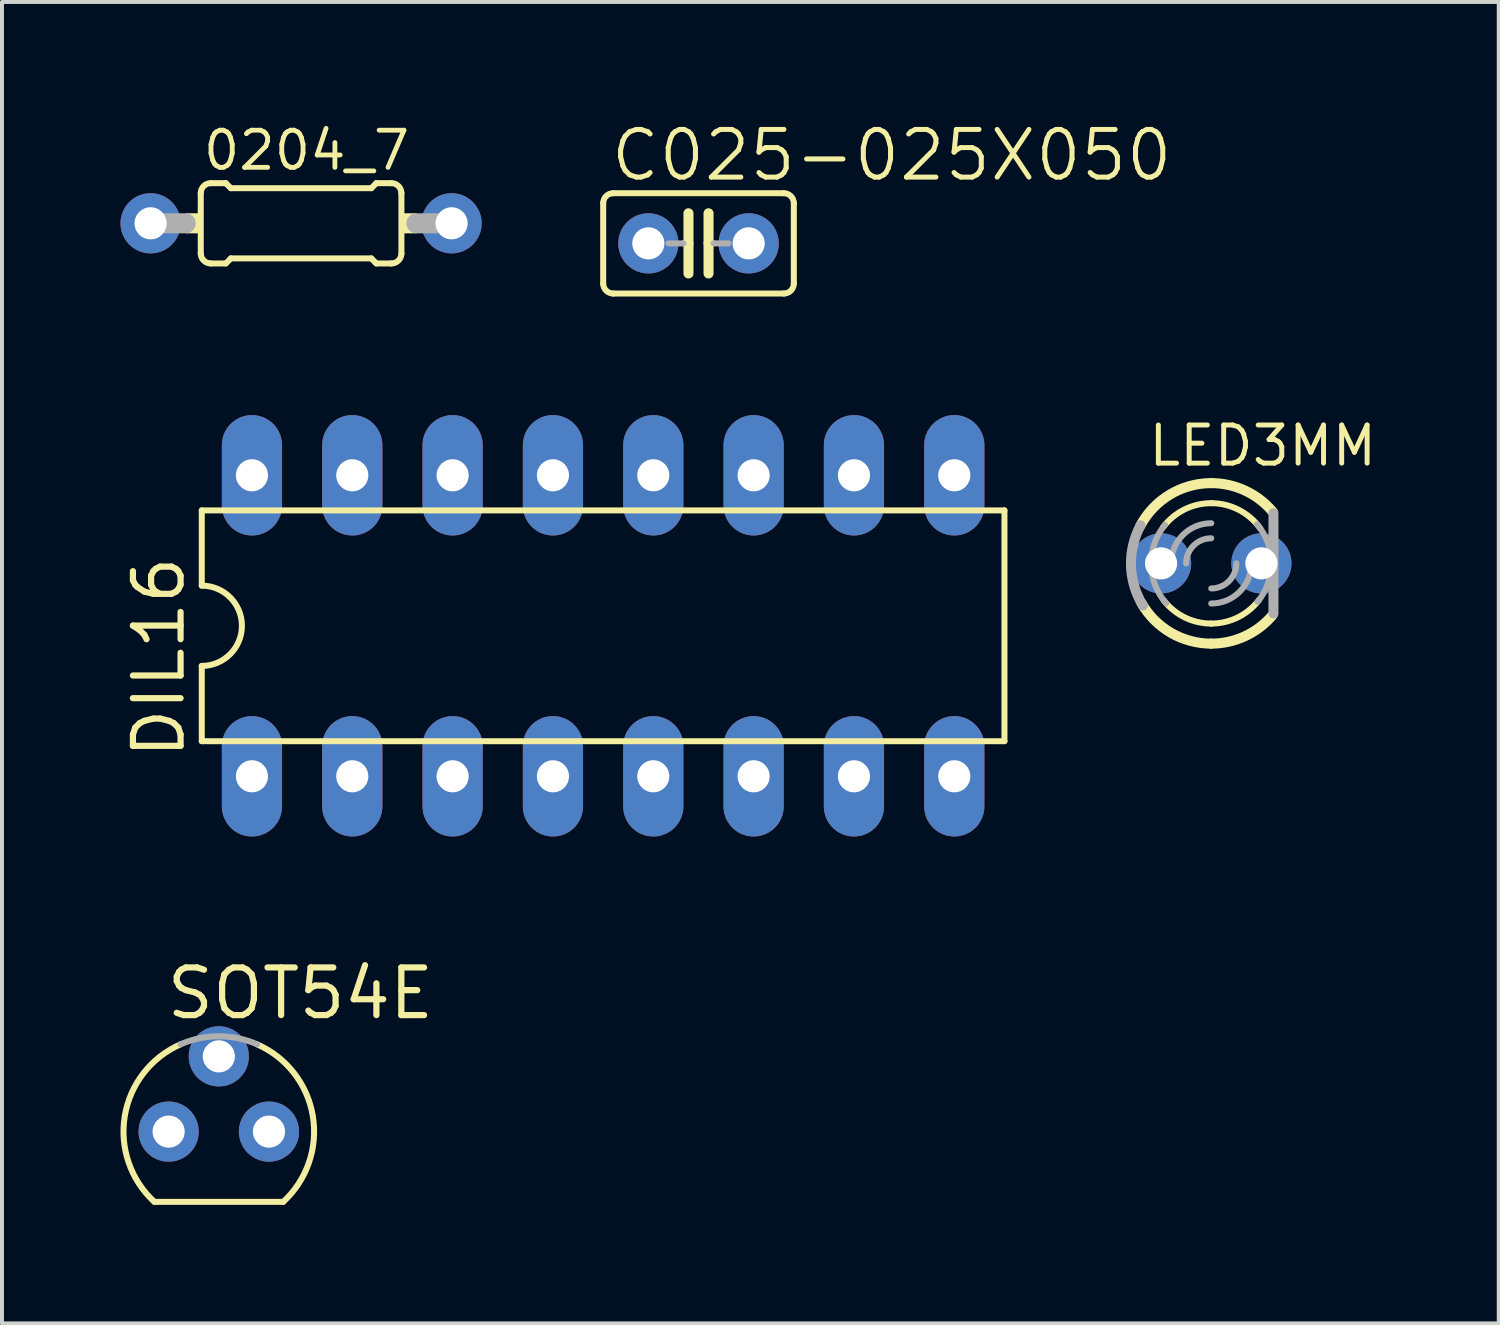
<source format=kicad_pcb>
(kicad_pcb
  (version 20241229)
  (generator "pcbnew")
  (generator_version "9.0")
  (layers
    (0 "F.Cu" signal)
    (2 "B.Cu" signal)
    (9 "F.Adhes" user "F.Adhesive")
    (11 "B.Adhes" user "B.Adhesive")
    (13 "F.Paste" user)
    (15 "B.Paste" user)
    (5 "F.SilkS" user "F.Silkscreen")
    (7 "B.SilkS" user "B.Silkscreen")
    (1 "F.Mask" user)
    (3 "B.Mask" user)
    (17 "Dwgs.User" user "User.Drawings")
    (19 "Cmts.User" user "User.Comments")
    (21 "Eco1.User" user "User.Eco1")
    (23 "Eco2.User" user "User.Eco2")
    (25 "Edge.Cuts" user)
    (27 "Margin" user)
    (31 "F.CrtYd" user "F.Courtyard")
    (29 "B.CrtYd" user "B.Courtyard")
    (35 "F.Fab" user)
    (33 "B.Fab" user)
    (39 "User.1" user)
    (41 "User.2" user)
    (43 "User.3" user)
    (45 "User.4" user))
  (footprint "C025-025X050"
    (layer "F.Cu")
    (at 14.633 3.111)
    (property "Reference" "C025-025X050" (at -2.286 -1.524 0) (layer "F.SilkS") (effects (font (size 1.206 1.206) (thickness 0.127)) (justify left bottom)))
    (attr through_hole)
    (fp_line (start -2.413 -1.016) (end -2.413 1.016) (stroke (width 0.152) (type solid)) (layer "F.SilkS"))
    (fp_line (start -2.159 -1.27) (end 2.159 -1.27) (stroke (width 0.152) (type solid)) (layer "F.SilkS"))
    (fp_line (start -0.254 -0.762) (end -0.254 0) (stroke (width 0.254) (type solid)) (layer "F.SilkS"))
    (fp_line (start -0.254 0) (end -0.381 0) (stroke (width 0.152) (type solid)) (layer "F.SilkS"))
    (fp_line (start -0.254 0) (end -0.254 0.762) (stroke (width 0.254) (type solid)) (layer "F.SilkS"))
    (fp_line (start 0.254 0) (end 0.254 -0.762) (stroke (width 0.254) (type solid)) (layer "F.SilkS"))
    (fp_line (start 0.254 0) (end 0.254 0.762) (stroke (width 0.254) (type solid)) (layer "F.SilkS"))
    (fp_line (start 0.381 0) (end 0.254 0) (stroke (width 0.152) (type solid)) (layer "F.SilkS"))
    (fp_line (start 2.159 1.27) (end -2.159 1.27) (stroke (width 0.152) (type solid)) (layer "F.SilkS"))
    (fp_line (start 2.413 -1.016) (end 2.413 1.016) (stroke (width 0.152) (type solid)) (layer "F.SilkS"))
    (fp_arc (start -2.413 -1.016) (mid -2.338605 -1.195605) (end -2.159 -1.27) (stroke (width 0.1524) (type solid)) (layer "F.SilkS"))
    (fp_arc (start -2.159 1.27) (mid -2.338605 1.195605) (end -2.413 1.016) (stroke (width 0.1524) (type solid)) (layer "F.SilkS"))
    (fp_arc (start 2.159 -1.27) (mid 2.338605 -1.195605) (end 2.413 -1.016) (stroke (width 0.1524) (type solid)) (layer "F.SilkS"))
    (fp_arc (start 2.413 1.016) (mid 2.338605 1.195605) (end 2.159 1.27) (stroke (width 0.1524) (type solid)) (layer "F.SilkS"))
    (fp_line (start -0.381 0) (end -0.762 0) (stroke (width 0.152) (type solid)) (layer "F.Fab"))
    (fp_line (start 0.762 0) (end 0.381 0) (stroke (width 0.152) (type solid)) (layer "F.Fab"))
    (pad "1" thru_hole circle (at -1.27 0) (size 1.524 1.524) (drill 0.813) (layers "*.Cu" "*.Mask"))
    (pad "2" thru_hole circle (at 1.27 0) (size 1.524 1.524) (drill 0.813) (layers "*.Cu" "*.Mask")))
  (footprint "DIL16"
    (layer "F.Cu")
    (at 12.218 12.792)
    (property "Reference" "DIL16" (at -10.541 3.429 90) (layer "F.SilkS") (effects (font (size 1.206 1.206) (thickness 0.157)) (justify left bottom)))
    (attr through_hole)
    (fp_line (start -10.16 -2.921) (end -10.16 -1.016) (stroke (width 0.152) (type solid)) (layer "F.SilkS"))
    (fp_line (start -10.16 2.921) (end -10.16 1.016) (stroke (width 0.152) (type solid)) (layer "F.SilkS"))
    (fp_line (start -10.16 2.921) (end 10.16 2.921) (stroke (width 0.152) (type solid)) (layer "F.SilkS"))
    (fp_line (start 10.16 -2.921) (end -10.16 -2.921) (stroke (width 0.152) (type solid)) (layer "F.SilkS"))
    (fp_line (start 10.16 -2.921) (end 10.16 2.921) (stroke (width 0.152) (type solid)) (layer "F.SilkS"))
    (fp_arc (start -10.16 -1.016) (mid -9.144 0) (end -10.16 1.016) (stroke (width 0.1524) (type solid)) (layer "F.SilkS"))
    (pad "1" thru_hole oval (at -8.89 3.81 90) (size 3.048 1.524) (drill 0.813) (layers "*.Cu" "*.Mask"))
    (pad "2" thru_hole oval (at -6.35 3.81 90) (size 3.048 1.524) (drill 0.813) (layers "*.Cu" "*.Mask"))
    (pad "3" thru_hole oval (at -3.81 3.81 90) (size 3.048 1.524) (drill 0.813) (layers "*.Cu" "*.Mask"))
    (pad "4" thru_hole oval (at -1.27 3.81 90) (size 3.048 1.524) (drill 0.813) (layers "*.Cu" "*.Mask"))
    (pad "5" thru_hole oval (at 1.27 3.81 90) (size 3.048 1.524) (drill 0.813) (layers "*.Cu" "*.Mask"))
    (pad "6" thru_hole oval (at 3.81 3.81 90) (size 3.048 1.524) (drill 0.813) (layers "*.Cu" "*.Mask"))
    (pad "7" thru_hole oval (at 6.35 3.81 90) (size 3.048 1.524) (drill 0.813) (layers "*.Cu" "*.Mask"))
    (pad "8" thru_hole oval (at 8.89 3.81 90) (size 3.048 1.524) (drill 0.813) (layers "*.Cu" "*.Mask"))
    (pad "9" thru_hole oval (at 8.89 -3.81 90) (size 3.048 1.524) (drill 0.813) (layers "*.Cu" "*.Mask"))
    (pad "10" thru_hole oval (at 6.35 -3.81 90) (size 3.048 1.524) (drill 0.813) (layers "*.Cu" "*.Mask"))
    (pad "11" thru_hole oval (at 3.81 -3.81 90) (size 3.048 1.524) (drill 0.813) (layers "*.Cu" "*.Mask"))
    (pad "12" thru_hole oval (at 1.27 -3.81 90) (size 3.048 1.524) (drill 0.813) (layers "*.Cu" "*.Mask"))
    (pad "13" thru_hole oval (at -1.27 -3.81 90) (size 3.048 1.524) (drill 0.813) (layers "*.Cu" "*.Mask"))
    (pad "14" thru_hole oval (at -3.81 -3.81 90) (size 3.048 1.524) (drill 0.813) (layers "*.Cu" "*.Mask"))
    (pad "15" thru_hole oval (at -6.35 -3.81 90) (size 3.048 1.524) (drill 0.813) (layers "*.Cu" "*.Mask"))
    (pad "16" thru_hole oval (at -8.89 -3.81 90) (size 3.048 1.524) (drill 0.813) (layers "*.Cu" "*.Mask")))
  (footprint "LED3MM"
    (layer "F.Cu")
    (at 27.613 11.212)
    (property "Reference" "LED3MM" (at -1.651 -2.413 0) (layer "F.SilkS") (effects (font (size 0.965 0.965) (thickness 0.125)) (justify left bottom)))
    (attr through_hole)
    (fp_arc (start -1.7929 -0.9562) (mid -1.045438 -1.7424) (end 0 -2.032) (stroke (width 0.254) (type solid)) (layer "F.SilkS"))
    (fp_arc (start -1.2192 -0.9144) (mid -0.681554 -1.363107) (end 0 -1.524) (stroke (width 0.1524) (type solid)) (layer "F.SilkS"))
    (fp_arc (start 0 -2.032) (mid 0.861864 -1.840173) (end 1.561 -1.3009) (stroke (width 0.254) (type solid)) (layer "F.SilkS"))
    (fp_arc (start 0 -1.524) (mid 0.697339 -1.355082) (end 1.2401 -0.885801) (stroke (width 0.1524) (type solid)) (layer "F.SilkS"))
    (fp_arc (start 0 1.524) (mid -0.669593 1.369018) (end -1.203 0.9356) (stroke (width 0.1524) (type solid)) (layer "F.SilkS"))
    (fp_arc (start 0 2.032) (mid -1.019924 1.757525) (end -1.7643 1.0082) (stroke (width 0.254) (type solid)) (layer "F.SilkS"))
    (fp_arc (start 1.203 0.9356) (mid 0.669593 1.369018) (end 0 1.524) (stroke (width 0.1524) (type solid)) (layer "F.SilkS"))
    (fp_arc (start 1.5512 1.3126) (mid 0.854953 1.843405) (end 0 2.032) (stroke (width 0.254) (type solid)) (layer "F.SilkS"))
    (fp_line (start 1.575 1.27) (end 1.575 -1.27) (stroke (width 0.254) (type solid)) (layer "F.Fab"))
    (fp_arc (start -2.032 0) (mid -1.970339 -0.496775) (end -1.7891 -0.9634) (stroke (width 0.254) (type solid)) (layer "F.Fab"))
    (fp_arc (start -1.7306 1.065) (mid -1.95521 0.553417) (end -2.032 0) (stroke (width 0.254) (type solid)) (layer "F.Fab"))
    (fp_arc (start -1.524 0) (mid -1.432981 -0.518783) (end -1.1708 -0.9756) (stroke (width 0.1524) (type solid)) (layer "F.Fab"))
    (fp_arc (start -1.1391 1.0125) (mid -1.42454 0.5416) (end -1.524 0) (stroke (width 0.1524) (type solid)) (layer "F.Fab"))
    (fp_arc (start -1.016 0) (mid -0.71842 -0.71842) (end 0 -1.016) (stroke (width 0.1524) (type solid)) (layer "F.Fab"))
    (fp_arc (start -0.635 0) (mid -0.449013 -0.449013) (end 0 -0.635) (stroke (width 0.1524) (type solid)) (layer "F.Fab"))
    (fp_arc (start 0.635 0) (mid 0.449013 0.449013) (end 0 0.635) (stroke (width 0.1524) (type solid)) (layer "F.Fab"))
    (fp_arc (start 1.016 0) (mid 0.71842 0.71842) (end 0 1.016) (stroke (width 0.1524) (type solid)) (layer "F.Fab"))
    (fp_arc (start 1.1571 -0.9918) (mid 1.429332 -0.528744) (end 1.524 0) (stroke (width 0.1524) (type solid)) (layer "F.Fab"))
    (fp_arc (start 1.524 0) (mid 1.432981 0.518783) (end 1.1708 0.9756) (stroke (width 0.1524) (type solid)) (layer "F.Fab"))
    (pad "A" thru_hole circle (at -1.27 0) (size 1.524 1.524) (drill 0.813) (layers "*.Cu" "*.Mask"))
    (pad "K" thru_hole circle (at 1.27 0) (size 1.524 1.524) (drill 0.813) (layers "*.Cu" "*.Mask")))
  (footprint "0204_7"
    (layer "F.Cu")
    (at 4.572 2.603)
    (property "Reference" "0204_7" (at -2.54 -1.295 0) (layer "F.SilkS") (effects (font (size 0.941 0.941) (thickness 0.122)) (justify left bottom)))
    (attr through_hole)
    (fp_line (start -2.54 0.762) (end -2.54 -0.762) (stroke (width 0.152) (type solid)) (layer "F.SilkS"))
    (fp_line (start -2.286 -1.016) (end -1.905 -1.016) (stroke (width 0.152) (type solid)) (layer "F.SilkS"))
    (fp_line (start -2.286 1.016) (end -1.905 1.016) (stroke (width 0.152) (type solid)) (layer "F.SilkS"))
    (fp_line (start -1.778 -0.889) (end -1.905 -1.016) (stroke (width 0.152) (type solid)) (layer "F.SilkS"))
    (fp_line (start -1.778 0.889) (end -1.905 1.016) (stroke (width 0.152) (type solid)) (layer "F.SilkS"))
    (fp_line (start 1.778 -0.889) (end -1.778 -0.889) (stroke (width 0.152) (type solid)) (layer "F.SilkS"))
    (fp_line (start 1.778 -0.889) (end 1.905 -1.016) (stroke (width 0.152) (type solid)) (layer "F.SilkS"))
    (fp_line (start 1.778 0.889) (end -1.778 0.889) (stroke (width 0.152) (type solid)) (layer "F.SilkS"))
    (fp_line (start 1.778 0.889) (end 1.905 1.016) (stroke (width 0.152) (type solid)) (layer "F.SilkS"))
    (fp_line (start 2.286 -1.016) (end 1.905 -1.016) (stroke (width 0.152) (type solid)) (layer "F.SilkS"))
    (fp_line (start 2.286 1.016) (end 1.905 1.016) (stroke (width 0.152) (type solid)) (layer "F.SilkS"))
    (fp_line (start 2.54 0.762) (end 2.54 -0.762) (stroke (width 0.152) (type solid)) (layer "F.SilkS"))
    (fp_arc (start -2.54 -0.762) (mid -2.465605 -0.941605) (end -2.286 -1.016) (stroke (width 0.1524) (type solid)) (layer "F.SilkS"))
    (fp_arc (start -2.286 1.016) (mid -2.465605 0.941605) (end -2.54 0.762) (stroke (width 0.1524) (type solid)) (layer "F.SilkS"))
    (fp_arc (start 2.286 -1.016) (mid 2.465605 -0.941605) (end 2.54 -0.762) (stroke (width 0.1524) (type solid)) (layer "F.SilkS"))
    (fp_arc (start 2.54 0.762) (mid 2.465605 0.941605) (end 2.286 1.016) (stroke (width 0.1524) (type solid)) (layer "F.SilkS"))
    (fp_poly (pts (xy -2.921 0.254) (xy -2.54 0.254) (xy -2.54 -0.254) (xy -2.921 -0.254)) (stroke (width 0) (type solid)) (fill yes) (layer "F.SilkS"))
    (fp_poly (pts (xy 2.54 0.254) (xy 2.921 0.254) (xy 2.921 -0.254) (xy 2.54 -0.254)) (stroke (width 0) (type solid)) (fill yes) (layer "F.SilkS"))
    (fp_line (start -3.81 0) (end -2.921 0) (stroke (width 0.508) (type solid)) (layer "F.Fab"))
    (fp_line (start 3.81 0) (end 2.921 0) (stroke (width 0.508) (type solid)) (layer "F.Fab"))
    (pad "1" thru_hole circle (at -3.81 0) (size 1.524 1.524) (drill 0.813) (layers "*.Cu" "*.Mask"))
    (pad "2" thru_hole circle (at 3.81 0) (size 1.524 1.524) (drill 0.813) (layers "*.Cu" "*.Mask")))
  (footprint "SOT54E"
    (layer "F.Cu")
    (at 2.489 25.597)
    (property "Reference" "SOT54E" (at -1.397 -2.794 180) (layer "F.SilkS") (effects (font (size 1.206 1.206) (thickness 0.157)) (justify left bottom)))
    (attr through_hole)
    (fp_line (start -1.631 1.778) (end 1.631 1.778) (stroke (width 0.152) (type solid)) (layer "F.SilkS"))
    (fp_arc (start -1.631 1.778) (mid -2.380096 -0.395238) (end -0.968899 -2.209799) (stroke (width 0.1524) (type solid)) (layer "F.SilkS"))
    (fp_arc (start 0.9689 -2.2098) (mid 2.380097 -0.395238) (end 1.631001 1.778001) (stroke (width 0.1524) (type solid)) (layer "F.SilkS"))
    (fp_arc (start -0.9692 -2.2098) (mid 0 -2.412999) (end 0.9692 -2.2098) (stroke (width 0.1524) (type solid)) (layer "F.Fab"))
    (pad "D" thru_hole circle (at -1.27 0) (size 1.524 1.524) (drill 0.813) (layers "*.Cu" "*.Mask"))
    (pad "G" thru_hole circle (at 0 -1.905) (size 1.524 1.524) (drill 0.813) (layers "*.Cu" "*.Mask"))
    (pad "S" thru_hole circle (at 1.27 0) (size 1.524 1.524) (drill 0.813) (layers "*.Cu" "*.Mask")))
  (gr_rect
    (start -3 -3)
    (end 34.891 30.451)
    (stroke (width 0.1) (type default))
    (fill no)
    (layer "Edge.Cuts")))
</source>
